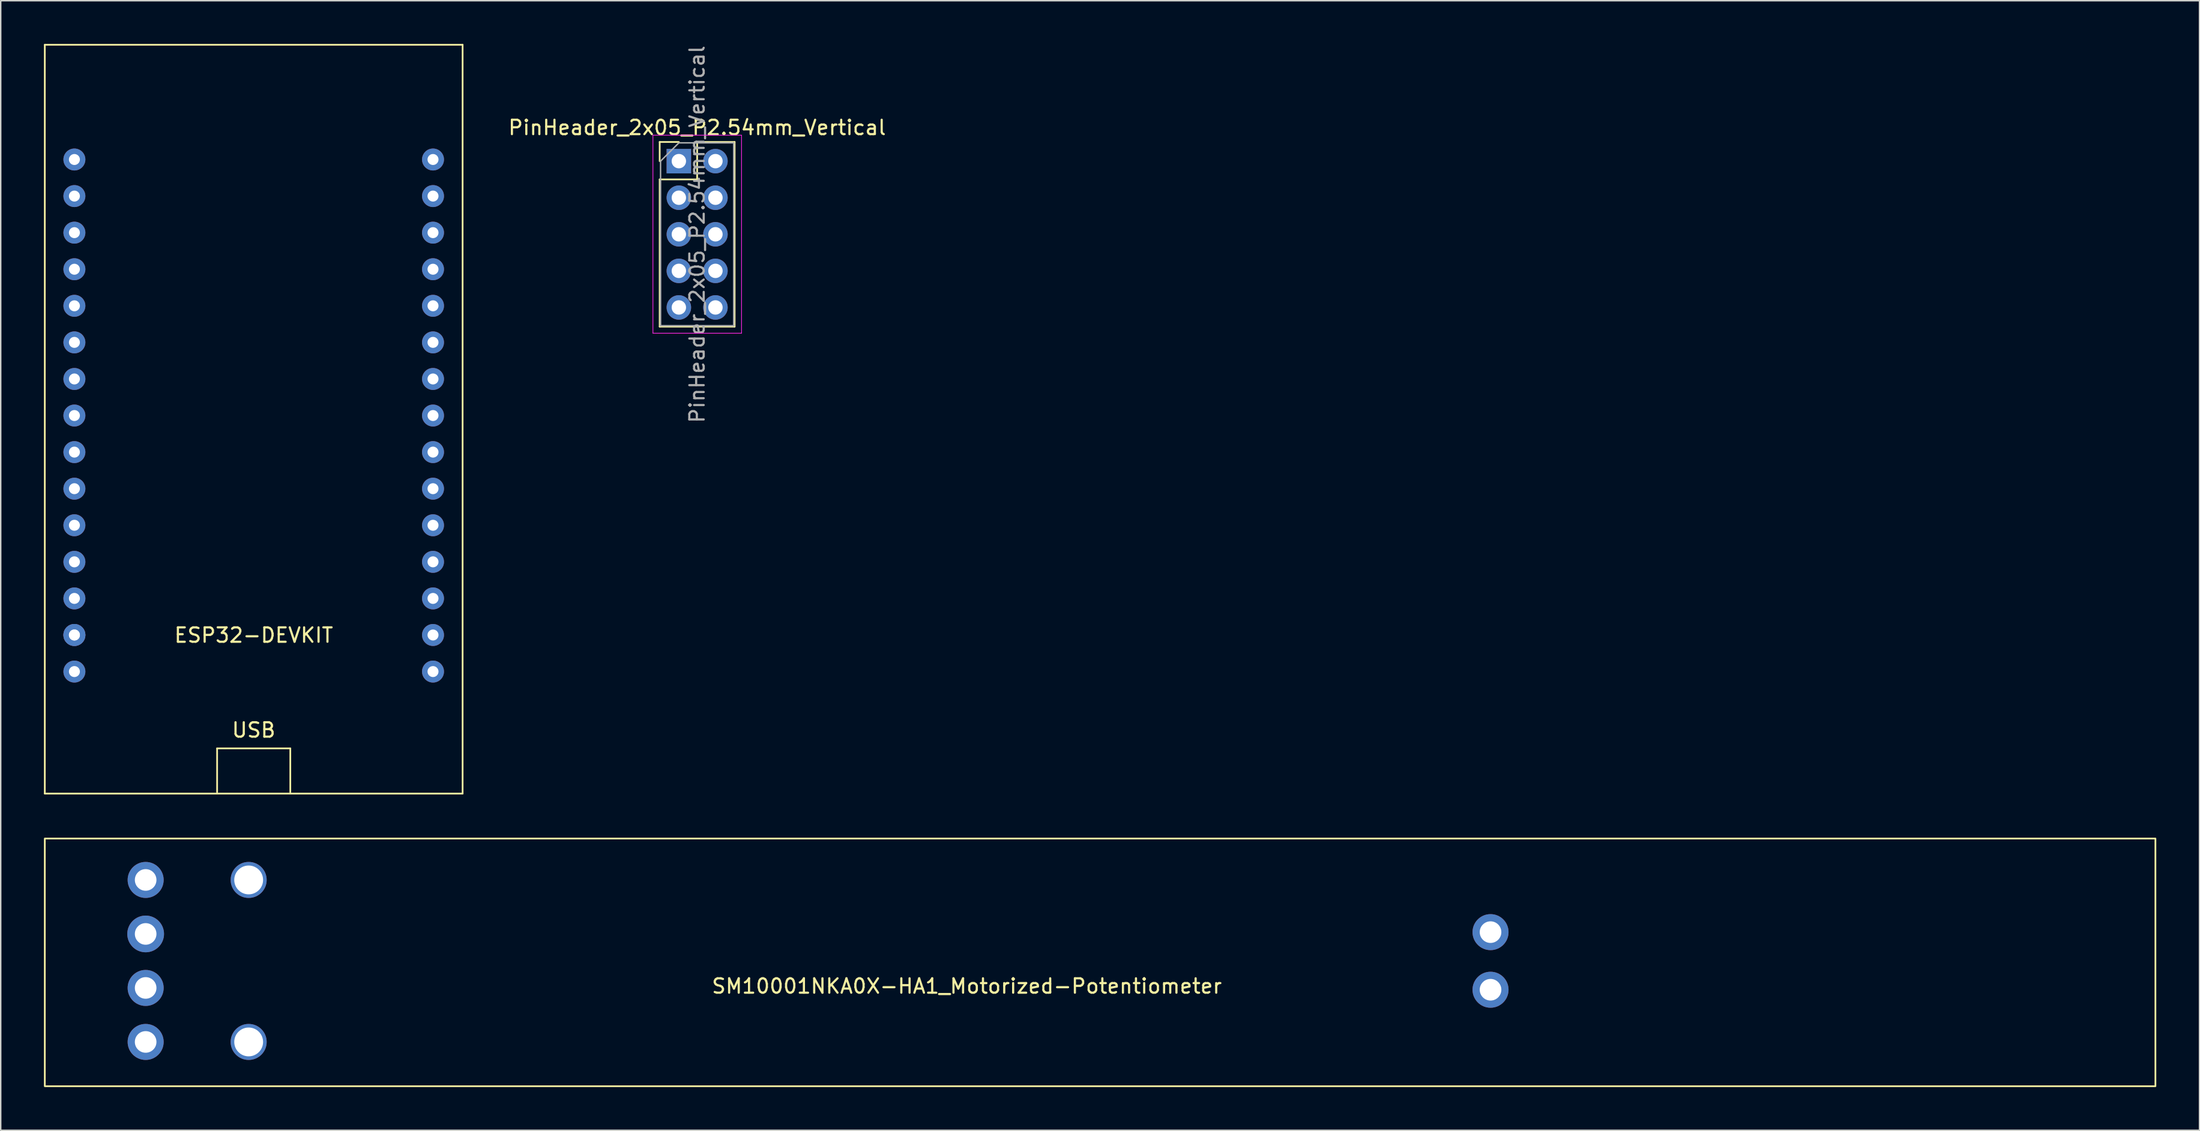
<source format=kicad_pcb>
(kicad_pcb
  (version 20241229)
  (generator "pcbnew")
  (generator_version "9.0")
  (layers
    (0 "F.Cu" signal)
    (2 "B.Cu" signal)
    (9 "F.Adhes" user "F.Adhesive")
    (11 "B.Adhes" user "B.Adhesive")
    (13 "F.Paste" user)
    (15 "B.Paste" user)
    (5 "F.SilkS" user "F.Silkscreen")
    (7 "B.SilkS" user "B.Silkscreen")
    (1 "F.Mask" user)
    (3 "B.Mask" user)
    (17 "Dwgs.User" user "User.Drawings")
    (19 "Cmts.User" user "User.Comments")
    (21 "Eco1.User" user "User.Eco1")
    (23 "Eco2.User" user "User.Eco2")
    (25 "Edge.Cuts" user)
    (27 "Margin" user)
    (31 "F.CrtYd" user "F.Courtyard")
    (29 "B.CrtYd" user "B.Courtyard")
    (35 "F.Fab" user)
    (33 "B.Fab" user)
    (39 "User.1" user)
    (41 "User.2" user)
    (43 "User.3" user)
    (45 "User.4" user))
  (footprint "ESP32-DEVKIT"
    (layer "F.Cu")
    (at 14.56 26.06)
    (property "Reference" "ESP32-DEVKIT" (at 0 15 180) (layer "F.SilkS") (effects (font (size 1 1) (thickness 0.15))))
    (attr through_hole)
    (fp_line (start -14.5 -26) (end -14.5 26) (stroke (width 0.12) (type solid)) (layer "F.SilkS"))
    (fp_line (start -14.5 -26) (end 14.5 -26) (stroke (width 0.12) (type solid)) (layer "F.SilkS"))
    (fp_line (start -14.5 26) (end 14.5 26) (stroke (width 0.12) (type solid)) (layer "F.SilkS"))
    (fp_line (start -2.54 22.86) (end 2.54 22.86) (stroke (width 0.12) (type solid)) (layer "F.SilkS"))
    (fp_line (start -2.54 25.908) (end -2.54 22.86) (stroke (width 0.12) (type solid)) (layer "F.SilkS"))
    (fp_line (start 2.54 22.86) (end 2.54 25.908) (stroke (width 0.12) (type solid)) (layer "F.SilkS"))
    (fp_line (start 14.5 -26) (end 14.5 26) (stroke (width 0.12) (type solid)) (layer "F.SilkS"))
    (fp_text user "USB" (at 0 21.59 180) (layer "F.SilkS") (effects (font (size 1 1) (thickness 0.15))))
    (pad "1" thru_hole circle (at -12.446 -18.034) (size 1.524 1.524) (drill 0.762) (layers "*.Cu" "*.Mask"))
    (pad "2" thru_hole circle (at -12.446 -15.494) (size 1.524 1.524) (drill 0.762) (layers "*.Cu" "*.Mask"))
    (pad "3" thru_hole circle (at -12.446 -12.954) (size 1.524 1.524) (drill 0.762) (layers "*.Cu" "*.Mask"))
    (pad "4" thru_hole circle (at -12.446 -10.414) (size 1.524 1.524) (drill 0.762) (layers "*.Cu" "*.Mask"))
    (pad "5" thru_hole circle (at -12.446 -7.874) (size 1.524 1.524) (drill 0.762) (layers "*.Cu" "*.Mask"))
    (pad "6" thru_hole circle (at -12.446 -5.334) (size 1.524 1.524) (drill 0.762) (layers "*.Cu" "*.Mask"))
    (pad "7" thru_hole circle (at -12.446 -2.794) (size 1.524 1.524) (drill 0.762) (layers "*.Cu" "*.Mask"))
    (pad "8" thru_hole circle (at -12.446 -0.254) (size 1.524 1.524) (drill 0.762) (layers "*.Cu" "*.Mask"))
    (pad "9" thru_hole circle (at -12.446 2.286) (size 1.524 1.524) (drill 0.762) (layers "*.Cu" "*.Mask"))
    (pad "10" thru_hole circle (at -12.446 4.826) (size 1.524 1.524) (drill 0.762) (layers "*.Cu" "*.Mask"))
    (pad "11" thru_hole circle (at -12.446 7.366) (size 1.524 1.524) (drill 0.762) (layers "*.Cu" "*.Mask"))
    (pad "12" thru_hole circle (at -12.446 9.906) (size 1.524 1.524) (drill 0.762) (layers "*.Cu" "*.Mask"))
    (pad "13" thru_hole circle (at -12.446 12.446) (size 1.524 1.524) (drill 0.762) (layers "*.Cu" "*.Mask"))
    (pad "14" thru_hole circle (at -12.446 14.986) (size 1.524 1.524) (drill 0.762) (layers "*.Cu" "*.Mask"))
    (pad "14" thru_hole circle (at -12.446 14.986) (size 1.524 1.524) (drill 0.762) (layers "*.Cu" "*.Mask"))
    (pad "15" thru_hole circle (at -12.446 17.526) (size 1.524 1.524) (drill 0.762) (layers "*.Cu" "*.Mask"))
    (pad "16" thru_hole circle (at 12.446 17.526) (size 1.524 1.524) (drill 0.762) (layers "*.Cu" "*.Mask"))
    (pad "17" thru_hole circle (at 12.446 14.986) (size 1.524 1.524) (drill 0.762) (layers "*.Cu" "*.Mask"))
    (pad "18" thru_hole circle (at 12.446 12.446) (size 1.524 1.524) (drill 0.762) (layers "*.Cu" "*.Mask"))
    (pad "19" thru_hole circle (at 12.446 9.906) (size 1.524 1.524) (drill 0.762) (layers "*.Cu" "*.Mask"))
    (pad "20" thru_hole circle (at 12.446 7.366) (size 1.524 1.524) (drill 0.762) (layers "*.Cu" "*.Mask"))
    (pad "21" thru_hole circle (at 12.446 4.826) (size 1.524 1.524) (drill 0.762) (layers "*.Cu" "*.Mask"))
    (pad "22" thru_hole circle (at 12.446 2.286) (size 1.524 1.524) (drill 0.762) (layers "*.Cu" "*.Mask"))
    (pad "23" thru_hole circle (at 12.446 -0.254) (size 1.524 1.524) (drill 0.762) (layers "*.Cu" "*.Mask"))
    (pad "24" thru_hole circle (at 12.446 -2.794) (size 1.524 1.524) (drill 0.762) (layers "*.Cu" "*.Mask"))
    (pad "25" thru_hole circle (at 12.446 -5.334) (size 1.524 1.524) (drill 0.762) (layers "*.Cu" "*.Mask"))
    (pad "26" thru_hole circle (at 12.446 -7.874) (size 1.524 1.524) (drill 0.762) (layers "*.Cu" "*.Mask"))
    (pad "27" thru_hole circle (at 12.446 -10.414) (size 1.524 1.524) (drill 0.762) (layers "*.Cu" "*.Mask"))
    (pad "28" thru_hole circle (at 12.446 -12.954) (size 1.524 1.524) (drill 0.762) (layers "*.Cu" "*.Mask"))
    (pad "29" thru_hole circle (at 12.446 -15.494) (size 1.524 1.524) (drill 0.762) (layers "*.Cu" "*.Mask"))
    (pad "30" thru_hole circle (at 12.446 -18.034) (size 1.524 1.524) (drill 0.762) (layers "*.Cu" "*.Mask")))
  (footprint "SM10001NKA0X-HA1_Motorized-Potentiometer"
    (layer "F.Cu")
    (at 7.06 63.68)
    (property "Reference" "SM10001NKA0X-HA1_Motorized-Potentiometer" (at 57 1.75 0) (unlocked yes) (layer "F.SilkS") (effects (font (size 1 1) (thickness 0.15))))
    (attr through_hole)
    (fp_rect (start -7 -8.5) (end 139.5 8.7) (stroke (width 0.12) (type solid)) (fill no) (layer "F.SilkS"))
    (pad "1" thru_hole circle (at 0 -5.625) (size 2.5 2.5) (drill 1.5) (layers "*.Cu" "*.Mask"))
    (pad "2" thru_hole circle (at 0 5.625) (size 2.5 2.5) (drill 1.5) (layers "*.Cu" "*.Mask"))
    (pad "3" thru_hole circle (at 0 1.875) (size 2.5 2.5) (drill 1.5) (layers "*.Cu" "*.Mask"))
    (pad "A" thru_hole circle (at 93.35 -2) (size 2.5 2.5) (drill 1.5) (layers "*.Cu" "*.Mask"))
    (pad "B" thru_hole circle (at 93.35 2) (size 2.5 2.5) (drill 1.5) (layers "*.Cu" "*.Mask"))
    (pad "M" thru_hole circle (at 7.15 -5.625) (size 2.5 2.5) (drill 2) (layers "*.Cu" "*.Mask"))
    (pad "M" thru_hole circle (at 7.15 5.625) (size 2.5 2.5) (drill 2) (layers "*.Cu" "*.Mask"))
    (pad "T" thru_hole circle (at 0 -1.875) (size 2.55 2.55) (drill 1.5) (layers "*.Cu" "*.Mask")))
  (footprint "PinHeader_2x05_P2.54mm_Vertical"
    (layer "F.Cu")
    (at 44.07 8.14)
    (property "Reference" "PinHeader_2x05_P2.54mm_Vertical" (at 1.27 -2.33 0) (layer "F.SilkS") (effects (font (size 1 1) (thickness 0.15))))
    (attr through_hole)
    (fp_line (start -1.33 -1.33) (end 0 -1.33) (stroke (width 0.12) (type solid)) (layer "F.SilkS"))
    (fp_line (start -1.33 0) (end -1.33 -1.33) (stroke (width 0.12) (type solid)) (layer "F.SilkS"))
    (fp_line (start -1.33 1.27) (end -1.33 11.49) (stroke (width 0.12) (type solid)) (layer "F.SilkS"))
    (fp_line (start -1.33 1.27) (end 1.27 1.27) (stroke (width 0.12) (type solid)) (layer "F.SilkS"))
    (fp_line (start -1.33 11.49) (end 3.87 11.49) (stroke (width 0.12) (type solid)) (layer "F.SilkS"))
    (fp_line (start 1.27 -1.33) (end 3.87 -1.33) (stroke (width 0.12) (type solid)) (layer "F.SilkS"))
    (fp_line (start 1.27 1.27) (end 1.27 -1.33) (stroke (width 0.12) (type solid)) (layer "F.SilkS"))
    (fp_line (start 3.87 -1.33) (end 3.87 11.49) (stroke (width 0.12) (type solid)) (layer "F.SilkS"))
    (fp_line (start -1.8 -1.8) (end -1.8 11.95) (stroke (width 0.05) (type solid)) (layer "F.CrtYd"))
    (fp_line (start -1.8 11.95) (end 4.35 11.95) (stroke (width 0.05) (type solid)) (layer "F.CrtYd"))
    (fp_line (start 4.35 -1.8) (end -1.8 -1.8) (stroke (width 0.05) (type solid)) (layer "F.CrtYd"))
    (fp_line (start 4.35 11.95) (end 4.35 -1.8) (stroke (width 0.05) (type solid)) (layer "F.CrtYd"))
    (fp_line (start -1.27 0) (end 0 -1.27) (stroke (width 0.1) (type solid)) (layer "F.Fab"))
    (fp_line (start -1.27 11.43) (end -1.27 0) (stroke (width 0.1) (type solid)) (layer "F.Fab"))
    (fp_line (start 0 -1.27) (end 3.81 -1.27) (stroke (width 0.1) (type solid)) (layer "F.Fab"))
    (fp_line (start 3.81 -1.27) (end 3.81 11.43) (stroke (width 0.1) (type solid)) (layer "F.Fab"))
    (fp_line (start 3.81 11.43) (end -1.27 11.43) (stroke (width 0.1) (type solid)) (layer "F.Fab"))
    (fp_text user "${REFERENCE}" (at 1.27 5.08 90) (layer "F.Fab") (effects (font (size 1 1) (thickness 0.15))))
    (pad "1" thru_hole rect (at 0 0) (size 1.7 1.7) (drill 1) (layers "*.Cu" "*.Mask"))
    (pad "2" thru_hole oval (at 0 2.54) (size 1.7 1.7) (drill 1) (layers "*.Cu" "*.Mask"))
    (pad "3" thru_hole oval (at 0 5.08) (size 1.7 1.7) (drill 1) (layers "*.Cu" "*.Mask"))
    (pad "4" thru_hole oval (at 0 7.62) (size 1.7 1.7) (drill 1) (layers "*.Cu" "*.Mask"))
    (pad "5" thru_hole oval (at 0 10.16) (size 1.7 1.7) (drill 1) (layers "*.Cu" "*.Mask"))
    (pad "6" thru_hole oval (at 2.54 10.16) (size 1.7 1.7) (drill 1) (layers "*.Cu" "*.Mask"))
    (pad "7" thru_hole oval (at 2.54 7.62) (size 1.7 1.7) (drill 1) (layers "*.Cu" "*.Mask"))
    (pad "8" thru_hole oval (at 2.54 5.08) (size 1.7 1.7) (drill 1) (layers "*.Cu" "*.Mask"))
    (pad "9" thru_hole oval (at 2.54 2.54 90) (size 1.7 1.7) (drill 1) (layers "*.Cu" "*.Mask"))
    (pad "10" thru_hole oval (at 2.54 0) (size 1.7 1.7) (drill 1) (layers "*.Cu" "*.Mask")))
  (gr_rect
    (start -3 -3)
    (end 149.62 75.44)
    (stroke (width 0.1) (type default))
    (fill no)
    (layer "Edge.Cuts")))
</source>
